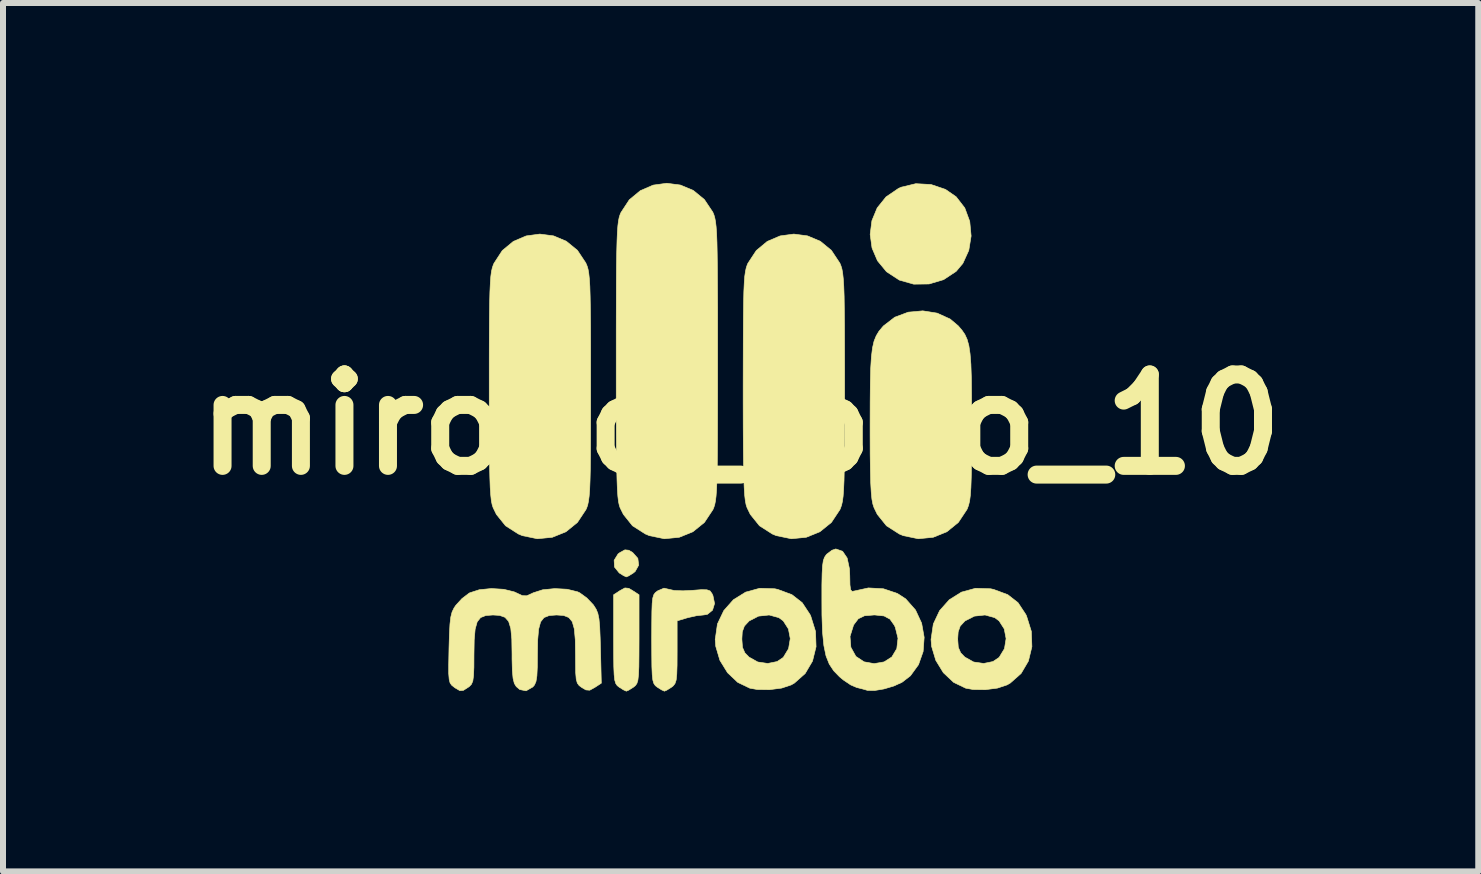
<source format=kicad_pcb>
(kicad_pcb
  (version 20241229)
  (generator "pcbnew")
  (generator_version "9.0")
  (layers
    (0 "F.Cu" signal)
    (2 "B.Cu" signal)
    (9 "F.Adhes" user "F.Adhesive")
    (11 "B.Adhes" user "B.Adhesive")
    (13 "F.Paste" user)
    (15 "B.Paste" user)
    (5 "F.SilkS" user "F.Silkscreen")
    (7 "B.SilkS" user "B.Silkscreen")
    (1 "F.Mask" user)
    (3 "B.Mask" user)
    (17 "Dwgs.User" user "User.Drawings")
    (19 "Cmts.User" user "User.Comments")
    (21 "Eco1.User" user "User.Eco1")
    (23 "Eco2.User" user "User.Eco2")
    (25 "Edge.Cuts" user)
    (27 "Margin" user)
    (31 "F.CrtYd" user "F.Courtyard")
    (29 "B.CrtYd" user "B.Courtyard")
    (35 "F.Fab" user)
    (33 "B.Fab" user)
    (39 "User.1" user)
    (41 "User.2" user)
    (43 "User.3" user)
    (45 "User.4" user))
  (footprint "mirobo_logo_10"
    (layer "F.Cu")
    (at 9.296 4.027)
    (property "Reference" "mirobo_logo_10" (at 0 0 0) (layer "F.SilkS") (effects (font (size 1.524 1.524) (thickness 0.3))))
    (attr through_hole)
    (fp_poly (pts (xy -1.863 2.096) (xy -1.799 2.134) (xy -1.713 2.231) (xy -1.699 2.344) (xy -1.757 2.449) (xy -1.787 2.474) (xy -1.865 2.523) (xy -1.905 2.54) (xy -1.953 2.518) (xy -2.023 2.474) (xy -2.102 2.376) (xy -2.108 2.263) (xy -2.043 2.158) (xy -2.011 2.134) (xy -1.928 2.089) (xy -1.863 2.096)) (stroke (width 0.01) (type solid)) (fill yes) (layer "F.SilkS"))
    (fp_poly (pts (xy 3.175 -4.001) (xy 3.415 -3.92) (xy 3.593 -3.797) (xy 3.737 -3.611) (xy 3.82 -3.386) (xy 3.843 -3.143) (xy 3.804 -2.903) (xy 3.705 -2.686) (xy 3.593 -2.553) (xy 3.384 -2.415) (xy 3.141 -2.343) (xy 2.886 -2.34) (xy 2.646 -2.408) (xy 2.433 -2.547) (xy 2.282 -2.73) (xy 2.191 -2.943) (xy 2.16 -3.17) (xy 2.189 -3.398) (xy 2.277 -3.611) (xy 2.425 -3.795) (xy 2.632 -3.936) (xy 2.677 -3.956) (xy 2.921 -4.015) (xy 3.175 -4.001)) (stroke (width 0.01) (type solid)) (fill yes) (layer "F.SilkS"))
    (fp_poly (pts (xy -1.863 2.731) (xy -1.799 2.769) (xy -1.693 2.838) (xy -1.693 3.576) (xy -1.694 3.842) (xy -1.696 4.037) (xy -1.702 4.172) (xy -1.712 4.262) (xy -1.729 4.317) (xy -1.754 4.352) (xy -1.787 4.379) (xy -1.865 4.428) (xy -1.905 4.445) (xy -1.953 4.423) (xy -2.023 4.379) (xy -2.057 4.352) (xy -2.081 4.317) (xy -2.098 4.261) (xy -2.108 4.171) (xy -2.114 4.034) (xy -2.116 3.839) (xy -2.117 3.576) (xy -2.117 2.838) (xy -2.011 2.769) (xy -1.928 2.724) (xy -1.863 2.731)) (stroke (width 0.01) (type solid)) (fill yes) (layer "F.SilkS"))
    (fp_poly (pts (xy -1.195 2.747) (xy -1.106 2.767) (xy -0.959 2.772) (xy -0.813 2.765) (xy -0.656 2.753) (xy -0.562 2.755) (xy -0.509 2.774) (xy -0.477 2.818) (xy -0.461 2.852) (xy -0.434 2.984) (xy -0.468 3.095) (xy -0.553 3.164) (xy -0.619 3.175) (xy -0.735 3.187) (xy -0.873 3.218) (xy -0.895 3.224) (xy -1.058 3.273) (xy -1.058 3.793) (xy -1.059 4.012) (xy -1.064 4.162) (xy -1.074 4.259) (xy -1.094 4.319) (xy -1.124 4.357) (xy -1.152 4.379) (xy -1.23 4.428) (xy -1.27 4.445) (xy -1.318 4.423) (xy -1.388 4.379) (xy -1.422 4.352) (xy -1.446 4.317) (xy -1.463 4.261) (xy -1.473 4.171) (xy -1.479 4.034) (xy -1.481 3.839) (xy -1.482 3.576) (xy -1.481 3.31) (xy -1.479 3.116) (xy -1.474 2.981) (xy -1.464 2.892) (xy -1.447 2.837) (xy -1.422 2.803) (xy -1.387 2.776) (xy -1.379 2.771) (xy -1.277 2.728) (xy -1.195 2.747)) (stroke (width 0.01) (type solid)) (fill yes) (layer "F.SilkS"))
    (fp_poly (pts (xy 0.571 2.738) (xy 0.623 2.75) (xy 0.855 2.836) (xy 1.027 2.97) (xy 1.157 3.167) (xy 1.169 3.192) (xy 1.249 3.449) (xy 1.258 3.704) (xy 1.199 3.943) (xy 1.077 4.15) (xy 0.897 4.31) (xy 0.843 4.341) (xy 0.683 4.394) (xy 0.481 4.42) (xy 0.277 4.417) (xy 0.153 4.395) (xy -0.048 4.298) (xy -0.218 4.137) (xy -0.345 3.931) (xy -0.414 3.698) (xy -0.423 3.582) (xy -0.422 3.577) (xy 0.021 3.577) (xy 0.031 3.714) (xy 0.071 3.806) (xy 0.14 3.877) (xy 0.287 3.959) (xy 0.453 3.983) (xy 0.61 3.951) (xy 0.712 3.882) (xy 0.8 3.736) (xy 0.828 3.569) (xy 0.797 3.407) (xy 0.711 3.273) (xy 0.637 3.219) (xy 0.475 3.175) (xy 0.299 3.194) (xy 0.147 3.272) (xy 0.14 3.277) (xy 0.063 3.36) (xy 0.028 3.456) (xy 0.021 3.577) (xy -0.422 3.577) (xy -0.386 3.325) (xy -0.28 3.102) (xy -0.12 2.921) (xy 0.084 2.794) (xy 0.318 2.73) (xy 0.571 2.738)) (stroke (width 0.01) (type solid)) (fill yes) (layer "F.SilkS"))
    (fp_poly (pts (xy 4.169 2.738) (xy 4.221 2.75) (xy 4.453 2.836) (xy 4.625 2.97) (xy 4.755 3.167) (xy 4.767 3.192) (xy 4.847 3.449) (xy 4.856 3.704) (xy 4.798 3.943) (xy 4.676 4.15) (xy 4.495 4.31) (xy 4.441 4.341) (xy 4.281 4.394) (xy 4.079 4.42) (xy 3.875 4.417) (xy 3.752 4.395) (xy 3.551 4.298) (xy 3.38 4.137) (xy 3.254 3.931) (xy 3.184 3.698) (xy 3.175 3.582) (xy 3.176 3.577) (xy 3.619 3.577) (xy 3.629 3.714) (xy 3.669 3.806) (xy 3.738 3.877) (xy 3.885 3.959) (xy 4.052 3.983) (xy 4.208 3.951) (xy 4.31 3.882) (xy 4.399 3.736) (xy 4.426 3.569) (xy 4.395 3.407) (xy 4.309 3.273) (xy 4.236 3.219) (xy 4.074 3.175) (xy 3.898 3.194) (xy 3.745 3.272) (xy 3.738 3.277) (xy 3.661 3.36) (xy 3.627 3.456) (xy 3.619 3.577) (xy 3.176 3.577) (xy 3.213 3.325) (xy 3.318 3.102) (xy 3.479 2.921) (xy 3.682 2.794) (xy 3.916 2.73) (xy 4.169 2.738)) (stroke (width 0.01) (type solid)) (fill yes) (layer "F.SilkS"))
    (fp_poly (pts (xy 3.277 -1.857) (xy 3.494 -1.758) (xy 3.628 -1.645) (xy 3.689 -1.574) (xy 3.738 -1.503) (xy 3.776 -1.42) (xy 3.805 -1.316) (xy 3.825 -1.181) (xy 3.839 -1.005) (xy 3.847 -0.778) (xy 3.85 -0.489) (xy 3.851 -0.129) (xy 3.851 0.009) (xy 3.851 0.371) (xy 3.849 0.659) (xy 3.845 0.883) (xy 3.839 1.053) (xy 3.83 1.18) (xy 3.818 1.273) (xy 3.801 1.344) (xy 3.78 1.402) (xy 3.772 1.418) (xy 3.63 1.632) (xy 3.438 1.788) (xy 3.21 1.88) (xy 2.962 1.904) (xy 2.711 1.852) (xy 2.646 1.825) (xy 2.432 1.688) (xy 2.279 1.498) (xy 2.225 1.387) (xy 2.205 1.327) (xy 2.189 1.244) (xy 2.178 1.13) (xy 2.169 0.973) (xy 2.164 0.766) (xy 2.16 0.496) (xy 2.159 0.156) (xy 2.159 0) (xy 2.16 -0.385) (xy 2.163 -0.695) (xy 2.169 -0.94) (xy 2.181 -1.131) (xy 2.199 -1.278) (xy 2.225 -1.391) (xy 2.261 -1.479) (xy 2.306 -1.554) (xy 2.364 -1.624) (xy 2.383 -1.645) (xy 2.57 -1.789) (xy 2.795 -1.873) (xy 3.037 -1.895) (xy 3.277 -1.857)) (stroke (width 0.01) (type solid)) (fill yes) (layer "F.SilkS"))
    (fp_poly (pts (xy -3.118 -3.145) (xy -2.905 -3.055) (xy -2.72 -2.904) (xy -2.58 -2.693) (xy -2.578 -2.688) (xy -2.559 -2.643) (xy -2.543 -2.589) (xy -2.531 -2.52) (xy -2.521 -2.427) (xy -2.513 -2.302) (xy -2.508 -2.137) (xy -2.504 -1.924) (xy -2.501 -1.655) (xy -2.5 -1.323) (xy -2.5 -0.919) (xy -2.5 -0.635) (xy -2.5 -0.183) (xy -2.501 0.192) (xy -2.502 0.498) (xy -2.505 0.744) (xy -2.51 0.937) (xy -2.516 1.085) (xy -2.525 1.197) (xy -2.536 1.279) (xy -2.549 1.342) (xy -2.566 1.391) (xy -2.578 1.418) (xy -2.72 1.632) (xy -2.912 1.788) (xy -3.14 1.88) (xy -3.388 1.904) (xy -3.639 1.852) (xy -3.704 1.825) (xy -3.918 1.688) (xy -4.071 1.498) (xy -4.125 1.387) (xy -4.141 1.339) (xy -4.155 1.272) (xy -4.165 1.178) (xy -4.174 1.051) (xy -4.18 0.882) (xy -4.185 0.664) (xy -4.188 0.389) (xy -4.189 0.049) (xy -4.19 -0.364) (xy -4.19 -0.644) (xy -4.19 -1.095) (xy -4.189 -1.469) (xy -4.187 -1.774) (xy -4.184 -2.019) (xy -4.179 -2.211) (xy -4.172 -2.358) (xy -4.164 -2.469) (xy -4.153 -2.552) (xy -4.139 -2.613) (xy -4.122 -2.663) (xy -4.111 -2.688) (xy -3.972 -2.901) (xy -3.788 -3.053) (xy -3.575 -3.144) (xy -3.347 -3.175) (xy -3.118 -3.145)) (stroke (width 0.01) (type solid)) (fill yes) (layer "F.SilkS"))
    (fp_poly (pts (xy 1.115 -3.145) (xy 1.329 -3.055) (xy 1.513 -2.904) (xy 1.653 -2.693) (xy 1.656 -2.688) (xy 1.674 -2.643) (xy 1.69 -2.589) (xy 1.702 -2.52) (xy 1.712 -2.427) (xy 1.72 -2.302) (xy 1.726 -2.137) (xy 1.729 -1.924) (xy 1.732 -1.655) (xy 1.733 -1.323) (xy 1.734 -0.919) (xy 1.734 -0.635) (xy 1.734 -0.183) (xy 1.733 0.192) (xy 1.731 0.498) (xy 1.728 0.744) (xy 1.724 0.937) (xy 1.717 1.085) (xy 1.709 1.197) (xy 1.698 1.279) (xy 1.684 1.342) (xy 1.667 1.391) (xy 1.656 1.418) (xy 1.514 1.632) (xy 1.321 1.788) (xy 1.093 1.88) (xy 0.846 1.904) (xy 0.594 1.852) (xy 0.529 1.825) (xy 0.315 1.688) (xy 0.162 1.498) (xy 0.108 1.387) (xy 0.092 1.339) (xy 0.079 1.272) (xy 0.068 1.178) (xy 0.06 1.051) (xy 0.053 0.882) (xy 0.049 0.664) (xy 0.046 0.389) (xy 0.044 0.049) (xy 0.043 -0.364) (xy 0.043 -0.644) (xy 0.044 -1.095) (xy 0.045 -1.469) (xy 0.047 -1.774) (xy 0.05 -2.019) (xy 0.054 -2.211) (xy 0.061 -2.358) (xy 0.069 -2.469) (xy 0.081 -2.552) (xy 0.094 -2.613) (xy 0.111 -2.663) (xy 0.122 -2.688) (xy 0.262 -2.901) (xy 0.445 -3.053) (xy 0.658 -3.144) (xy 0.887 -3.175) (xy 1.115 -3.145)) (stroke (width 0.01) (type solid)) (fill yes) (layer "F.SilkS"))
    (fp_poly (pts (xy -1.002 -3.992) (xy -0.788 -3.902) (xy -0.604 -3.751) (xy -0.463 -3.54) (xy -0.461 -3.535) (xy -0.444 -3.494) (xy -0.43 -3.445) (xy -0.418 -3.382) (xy -0.408 -3.297) (xy -0.4 -3.183) (xy -0.394 -3.034) (xy -0.39 -2.842) (xy -0.387 -2.6) (xy -0.385 -2.3) (xy -0.383 -1.937) (xy -0.383 -1.502) (xy -0.383 -1.058) (xy -0.383 -0.555) (xy -0.384 -0.13) (xy -0.385 0.225) (xy -0.387 0.517) (xy -0.39 0.752) (xy -0.395 0.939) (xy -0.401 1.083) (xy -0.409 1.193) (xy -0.419 1.274) (xy -0.431 1.335) (xy -0.446 1.382) (xy -0.461 1.418) (xy -0.603 1.632) (xy -0.796 1.788) (xy -1.024 1.88) (xy -1.271 1.904) (xy -1.522 1.852) (xy -1.587 1.825) (xy -1.802 1.688) (xy -1.954 1.498) (xy -2.009 1.387) (xy -2.023 1.343) (xy -2.036 1.282) (xy -2.046 1.196) (xy -2.054 1.079) (xy -2.06 0.924) (xy -2.065 0.724) (xy -2.069 0.472) (xy -2.071 0.162) (xy -2.073 -0.214) (xy -2.073 -0.663) (xy -2.073 -1.068) (xy -2.073 -1.57) (xy -2.072 -1.994) (xy -2.071 -2.348) (xy -2.069 -2.639) (xy -2.065 -2.874) (xy -2.06 -3.059) (xy -2.054 -3.203) (xy -2.046 -3.312) (xy -2.036 -3.393) (xy -2.024 -3.453) (xy -2.009 -3.5) (xy -1.994 -3.535) (xy -1.855 -3.747) (xy -1.671 -3.899) (xy -1.458 -3.991) (xy -1.23 -4.022) (xy -1.002 -3.992)) (stroke (width 0.01) (type solid)) (fill yes) (layer "F.SilkS"))
    (fp_poly (pts (xy 1.7 2.113) (xy 1.776 2.225) (xy 1.815 2.407) (xy 1.82 2.523) (xy 1.823 2.673) (xy 1.834 2.754) (xy 1.858 2.782) (xy 1.888 2.777) (xy 2.13 2.724) (xy 2.381 2.738) (xy 2.613 2.816) (xy 2.752 2.906) (xy 2.916 3.092) (xy 3.018 3.312) (xy 3.06 3.548) (xy 3.043 3.784) (xy 2.966 4.003) (xy 2.831 4.189) (xy 2.691 4.297) (xy 2.552 4.36) (xy 2.389 4.408) (xy 2.233 4.434) (xy 2.115 4.432) (xy 2.095 4.426) (xy 2.025 4.406) (xy 1.936 4.384) (xy 1.836 4.341) (xy 1.714 4.259) (xy 1.65 4.206) (xy 1.552 4.105) (xy 1.478 3.993) (xy 1.424 3.857) (xy 1.388 3.684) (xy 1.373 3.533) (xy 1.824 3.533) (xy 1.838 3.713) (xy 1.921 3.864) (xy 1.924 3.867) (xy 2.059 3.956) (xy 2.226 3.986) (xy 2.392 3.957) (xy 2.521 3.875) (xy 2.604 3.736) (xy 2.624 3.563) (xy 2.579 3.381) (xy 2.563 3.347) (xy 2.49 3.244) (xy 2.391 3.191) (xy 2.239 3.175) (xy 2.223 3.175) (xy 2.065 3.188) (xy 1.962 3.238) (xy 1.888 3.336) (xy 1.882 3.347) (xy 1.824 3.533) (xy 1.373 3.533) (xy 1.366 3.462) (xy 1.356 3.177) (xy 1.355 2.934) (xy 1.355 2.675) (xy 1.359 2.487) (xy 1.366 2.357) (xy 1.379 2.27) (xy 1.399 2.213) (xy 1.427 2.172) (xy 1.439 2.159) (xy 1.523 2.096) (xy 1.587 2.074) (xy 1.7 2.113)) (stroke (width 0.01) (type solid)) (fill yes) (layer "F.SilkS"))
    (fp_poly (pts (xy -3.948 2.747) (xy -3.773 2.79) (xy -3.736 2.807) (xy -3.638 2.853) (xy -3.566 2.855) (xy -3.473 2.814) (xy -3.461 2.807) (xy -3.3 2.755) (xy -3.098 2.735) (xy -2.892 2.746) (xy -2.717 2.789) (xy -2.681 2.806) (xy -2.564 2.891) (xy -2.457 3.003) (xy -2.448 3.016) (xy -2.408 3.079) (xy -2.38 3.148) (xy -2.361 3.239) (xy -2.349 3.369) (xy -2.341 3.556) (xy -2.336 3.733) (xy -2.322 4.312) (xy -2.431 4.383) (xy -2.515 4.429) (xy -2.579 4.424) (xy -2.646 4.385) (xy -2.692 4.351) (xy -2.722 4.31) (xy -2.74 4.245) (xy -2.749 4.139) (xy -2.751 3.975) (xy -2.752 3.84) (xy -2.756 3.587) (xy -2.772 3.407) (xy -2.806 3.287) (xy -2.864 3.217) (xy -2.95 3.183) (xy -3.069 3.175) (xy -3.19 3.184) (xy -3.277 3.218) (xy -3.334 3.29) (xy -3.367 3.412) (xy -3.383 3.594) (xy -3.387 3.834) (xy -3.389 4.046) (xy -3.396 4.191) (xy -3.411 4.284) (xy -3.436 4.342) (xy -3.464 4.375) (xy -3.576 4.439) (xy -3.681 4.418) (xy -3.74 4.368) (xy -3.772 4.315) (xy -3.793 4.231) (xy -3.805 4.101) (xy -3.81 3.908) (xy -3.81 3.827) (xy -3.814 3.577) (xy -3.831 3.399) (xy -3.867 3.282) (xy -3.927 3.214) (xy -4.017 3.182) (xy -4.128 3.175) (xy -4.248 3.184) (xy -4.334 3.218) (xy -4.391 3.289) (xy -4.425 3.41) (xy -4.441 3.591) (xy -4.445 3.838) (xy -4.446 4.046) (xy -4.452 4.186) (xy -4.464 4.275) (xy -4.487 4.33) (xy -4.522 4.367) (xy -4.539 4.379) (xy -4.622 4.432) (xy -4.681 4.436) (xy -4.758 4.391) (xy -4.777 4.377) (xy -4.816 4.346) (xy -4.843 4.308) (xy -4.858 4.248) (xy -4.866 4.151) (xy -4.866 4.002) (xy -4.862 3.787) (xy -4.861 3.731) (xy -4.854 3.495) (xy -4.845 3.326) (xy -4.831 3.209) (xy -4.81 3.126) (xy -4.778 3.06) (xy -4.749 3.016) (xy -4.646 2.903) (xy -4.528 2.813) (xy -4.516 2.806) (xy -4.356 2.754) (xy -4.155 2.734) (xy -3.948 2.747)) (stroke (width 0.01) (type solid)) (fill yes) (layer "F.SilkS")))
  (gr_rect
    (start -3 -3)
    (end 21.593 11.477)
    (stroke (width 0.1) (type default))
    (fill no)
    (layer "Edge.Cuts")))
</source>
